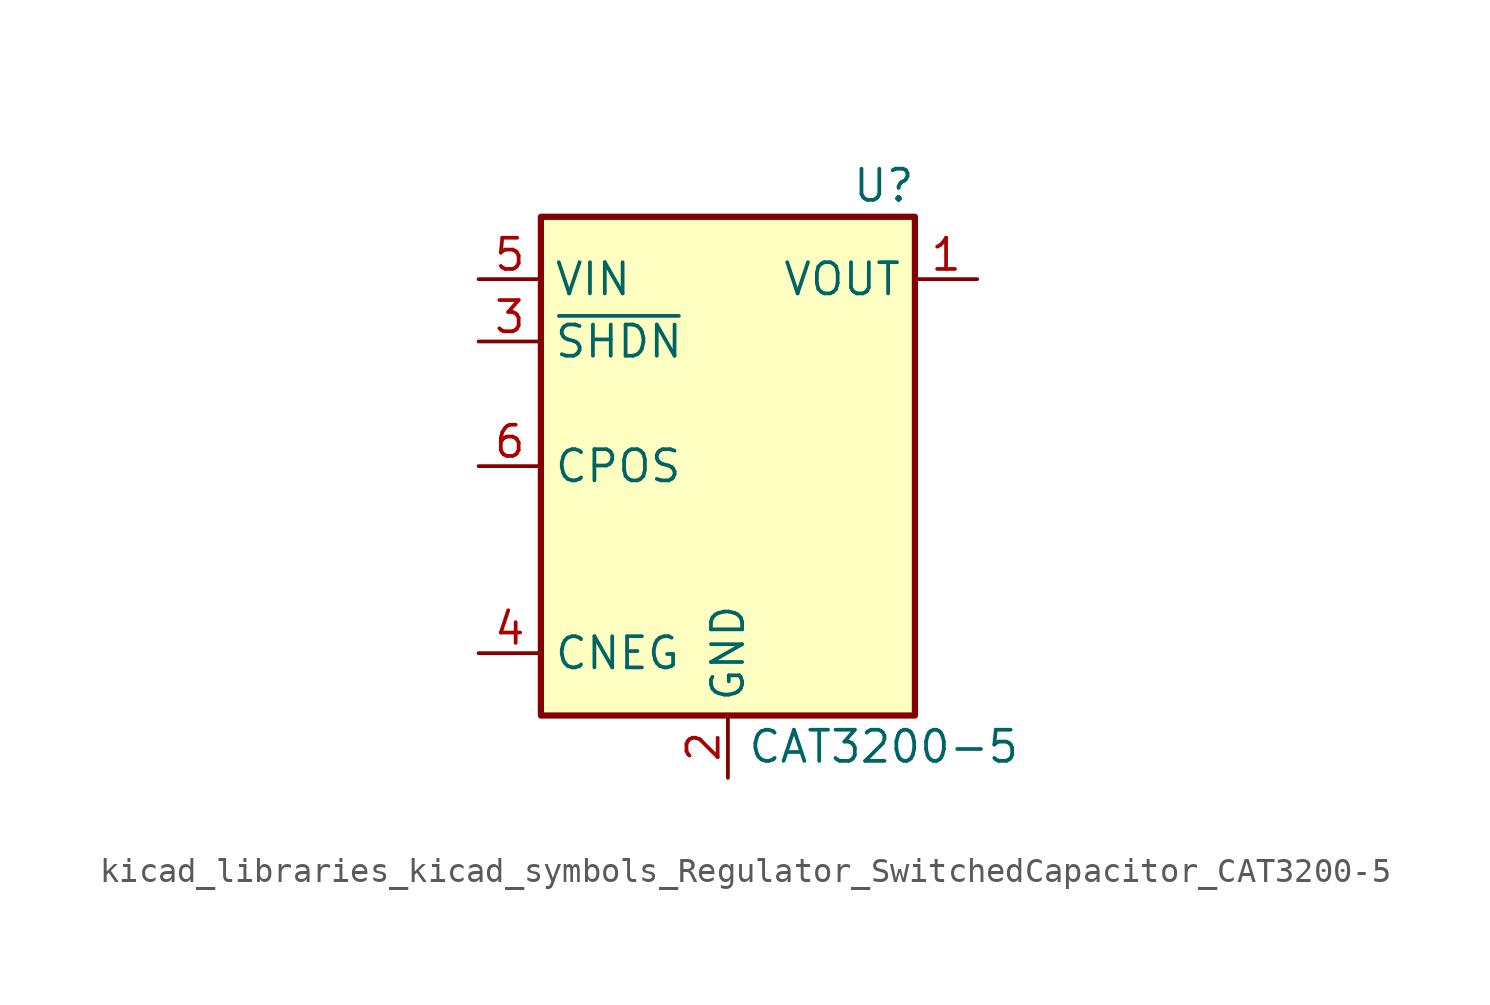
<source format=kicad_sym>
(kicad_symbol_lib
  (version 20220914)
  (generator kicad_symbol_editor)
  (symbol "kicad_libraries_kicad_symbols_Regulator_SwitchedCapacitor_CAT3200-5"
    (property "Reference" "U"
      (at 6.35 11.43 0)
      (effects (font (size 1.27 1.27))))
    (property "Value" "CAT3200-5"
      (at 6.35 -11.43 0)
      (effects (font (size 1.27 1.27))))
    (symbol "kicad_libraries_kicad_symbols_Regulator_SwitchedCapacitor_CAT3200-5_0_1"
      (rectangle (start -7.62 10.16) (end 7.62 -10.16) (stroke (width 0.254) (type default)) (fill (type background))))
    (symbol "kicad_libraries_kicad_symbols_Regulator_SwitchedCapacitor_CAT3200-5_1_1"
      (pin power_out line (at 10.16 7.62 180) (length 2.54) (name "VOUT" (effects (font (size 1.27 1.27)))) (number "1" (effects (font (size 1.27 1.27)))))
      (pin power_in line (at 0 -12.7 90) (length 2.54) (name "GND" (effects (font (size 1.27 1.27)))) (number "2" (effects (font (size 1.27 1.27)))))
      (pin input line (at -10.16 5.08 0) (length 2.54) (name "~{SHDN}" (effects (font (size 1.27 1.27)))) (number "3" (effects (font (size 1.27 1.27)))))
      (pin passive line (at -10.16 -7.62 0) (length 2.54) (name "CNEG" (effects (font (size 1.27 1.27)))) (number "4" (effects (font (size 1.27 1.27)))))
      (pin power_in line (at -10.16 7.62 0) (length 2.54) (name "VIN" (effects (font (size 1.27 1.27)))) (number "5" (effects (font (size 1.27 1.27)))))
      (pin passive line (at -10.16 0 0) (length 2.54) (name "CPOS" (effects (font (size 1.27 1.27)))) (number "6" (effects (font (size 1.27 1.27))))))))
</source>
